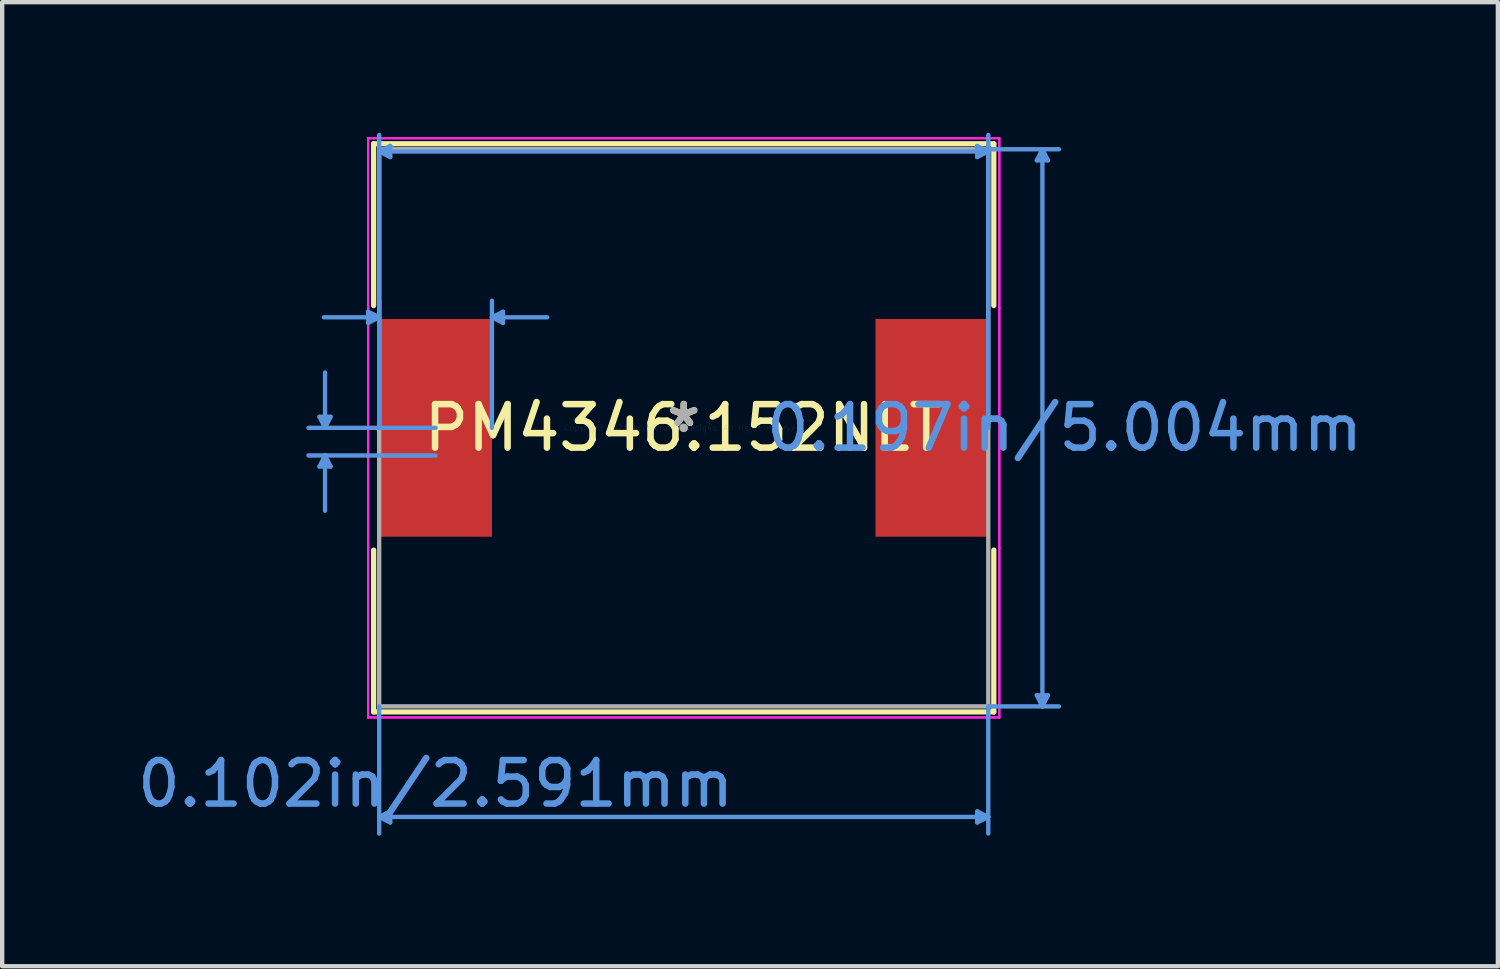
<source format=kicad_pcb>
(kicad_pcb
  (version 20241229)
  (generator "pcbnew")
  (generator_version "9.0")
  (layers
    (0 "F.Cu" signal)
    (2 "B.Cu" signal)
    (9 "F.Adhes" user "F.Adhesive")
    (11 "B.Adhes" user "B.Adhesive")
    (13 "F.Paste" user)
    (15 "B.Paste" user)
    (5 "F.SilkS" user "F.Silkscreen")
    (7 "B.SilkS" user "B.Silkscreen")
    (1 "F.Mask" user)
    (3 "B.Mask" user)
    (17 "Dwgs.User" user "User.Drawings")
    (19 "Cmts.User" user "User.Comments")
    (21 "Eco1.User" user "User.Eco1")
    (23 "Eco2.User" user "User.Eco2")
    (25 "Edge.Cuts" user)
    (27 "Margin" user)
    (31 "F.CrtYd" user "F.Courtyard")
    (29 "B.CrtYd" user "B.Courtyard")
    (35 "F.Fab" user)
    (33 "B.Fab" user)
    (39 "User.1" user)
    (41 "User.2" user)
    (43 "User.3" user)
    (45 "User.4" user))
  (footprint "PM4346.152NLT"
    (layer "F.Cu")
    (at 12.661 6.781)
    (property "Reference" "PM4346.152NLT" (at 0 0 0) (layer "F.SilkS") (effects (font (size 1 1) (thickness 0.15))))
    (attr through_hole)
    (fp_line (start -7.125 -6.528) (end -7.125 -2.809) (stroke (width 0.12) (type solid)) (layer "F.SilkS"))
    (fp_line (start -7.125 2.809) (end -7.125 6.528) (stroke (width 0.12) (type solid)) (layer "F.SilkS"))
    (fp_line (start -7.125 6.528) (end 7.125 6.528) (stroke (width 0.12) (type solid)) (layer "F.SilkS"))
    (fp_line (start 7.125 -6.528) (end -7.125 -6.528) (stroke (width 0.12) (type solid)) (layer "F.SilkS"))
    (fp_line (start 7.125 -2.809) (end 7.125 -6.528) (stroke (width 0.12) (type solid)) (layer "F.SilkS"))
    (fp_line (start 7.125 6.528) (end 7.125 2.809) (stroke (width 0.12) (type solid)) (layer "F.SilkS"))
    (fp_line (start -8.369 -0.254) (end -8.115 -0.254) (stroke (width 0.1) (type solid)) (layer "Cmts.User"))
    (fp_line (start -8.369 0.889) (end -8.115 0.889) (stroke (width 0.1) (type solid)) (layer "Cmts.User"))
    (fp_line (start -8.242 0) (end -8.369 -0.254) (stroke (width 0.1) (type solid)) (layer "Cmts.User"))
    (fp_line (start -8.242 0) (end -8.242 -1.27) (stroke (width 0.1) (type solid)) (layer "Cmts.User"))
    (fp_line (start -8.242 0) (end -8.115 -0.254) (stroke (width 0.1) (type solid)) (layer "Cmts.User"))
    (fp_line (start -8.242 0.635) (end -8.369 0.889) (stroke (width 0.1) (type solid)) (layer "Cmts.User"))
    (fp_line (start -8.242 0.635) (end -8.242 1.905) (stroke (width 0.1) (type solid)) (layer "Cmts.User"))
    (fp_line (start -8.242 0.635) (end -8.115 0.889) (stroke (width 0.1) (type solid)) (layer "Cmts.User"))
    (fp_line (start -7.252 -2.667) (end -7.252 -2.413) (stroke (width 0.1) (type solid)) (layer "Cmts.User"))
    (fp_line (start -6.998 -6.35) (end -6.744 -6.477) (stroke (width 0.1) (type solid)) (layer "Cmts.User"))
    (fp_line (start -6.998 -6.35) (end -6.744 -6.223) (stroke (width 0.1) (type solid)) (layer "Cmts.User"))
    (fp_line (start -6.998 -6.35) (end 6.998 -6.35) (stroke (width 0.1) (type solid)) (layer "Cmts.User"))
    (fp_line (start -6.998 -2.54) (end -8.268 -2.54) (stroke (width 0.1) (type solid)) (layer "Cmts.User"))
    (fp_line (start -6.998 -2.54) (end -7.252 -2.667) (stroke (width 0.1) (type solid)) (layer "Cmts.User"))
    (fp_line (start -6.998 -2.54) (end -7.252 -2.413) (stroke (width 0.1) (type solid)) (layer "Cmts.User"))
    (fp_line (start -6.998 0) (end -6.998 -6.731) (stroke (width 0.1) (type solid)) (layer "Cmts.User"))
    (fp_line (start -6.998 0) (end -6.998 -2.921) (stroke (width 0.1) (type solid)) (layer "Cmts.User"))
    (fp_line (start -6.998 6.401) (end -6.998 9.322) (stroke (width 0.1) (type solid)) (layer "Cmts.User"))
    (fp_line (start -6.998 8.941) (end -6.744 8.814) (stroke (width 0.1) (type solid)) (layer "Cmts.User"))
    (fp_line (start -6.998 8.941) (end -6.744 9.068) (stroke (width 0.1) (type solid)) (layer "Cmts.User"))
    (fp_line (start -6.998 8.941) (end 6.998 8.941) (stroke (width 0.1) (type solid)) (layer "Cmts.User"))
    (fp_line (start -6.744 -6.477) (end -6.744 -6.223) (stroke (width 0.1) (type solid)) (layer "Cmts.User"))
    (fp_line (start -6.744 8.814) (end -6.744 9.068) (stroke (width 0.1) (type solid)) (layer "Cmts.User"))
    (fp_line (start -5.702 0) (end -8.623 0) (stroke (width 0.1) (type solid)) (layer "Cmts.User"))
    (fp_line (start -5.702 0.635) (end -8.623 0.635) (stroke (width 0.1) (type solid)) (layer "Cmts.User"))
    (fp_line (start -4.407 -2.54) (end -4.153 -2.667) (stroke (width 0.1) (type solid)) (layer "Cmts.User"))
    (fp_line (start -4.407 -2.54) (end -4.153 -2.413) (stroke (width 0.1) (type solid)) (layer "Cmts.User"))
    (fp_line (start -4.407 -2.54) (end -3.137 -2.54) (stroke (width 0.1) (type solid)) (layer "Cmts.User"))
    (fp_line (start -4.407 0) (end -4.407 -2.921) (stroke (width 0.1) (type solid)) (layer "Cmts.User"))
    (fp_line (start -4.153 -2.667) (end -4.153 -2.413) (stroke (width 0.1) (type solid)) (layer "Cmts.User"))
    (fp_line (start 6.744 -6.477) (end 6.744 -6.223) (stroke (width 0.1) (type solid)) (layer "Cmts.User"))
    (fp_line (start 6.744 8.814) (end 6.744 9.068) (stroke (width 0.1) (type solid)) (layer "Cmts.User"))
    (fp_line (start 6.998 -6.401) (end 8.623 -6.401) (stroke (width 0.1) (type solid)) (layer "Cmts.User"))
    (fp_line (start 6.998 -6.35) (end 6.744 -6.477) (stroke (width 0.1) (type solid)) (layer "Cmts.User"))
    (fp_line (start 6.998 -6.35) (end 6.744 -6.223) (stroke (width 0.1) (type solid)) (layer "Cmts.User"))
    (fp_line (start 6.998 0) (end 6.998 -6.731) (stroke (width 0.1) (type solid)) (layer "Cmts.User"))
    (fp_line (start 6.998 6.401) (end 6.998 9.322) (stroke (width 0.1) (type solid)) (layer "Cmts.User"))
    (fp_line (start 6.998 6.401) (end 8.623 6.401) (stroke (width 0.1) (type solid)) (layer "Cmts.User"))
    (fp_line (start 6.998 8.941) (end 6.744 8.814) (stroke (width 0.1) (type solid)) (layer "Cmts.User"))
    (fp_line (start 6.998 8.941) (end 6.744 9.068) (stroke (width 0.1) (type solid)) (layer "Cmts.User"))
    (fp_line (start 8.115 -6.147) (end 8.369 -6.147) (stroke (width 0.1) (type solid)) (layer "Cmts.User"))
    (fp_line (start 8.115 6.147) (end 8.369 6.147) (stroke (width 0.1) (type solid)) (layer "Cmts.User"))
    (fp_line (start 8.242 -6.401) (end 8.115 -6.147) (stroke (width 0.1) (type solid)) (layer "Cmts.User"))
    (fp_line (start 8.242 -6.401) (end 8.242 6.401) (stroke (width 0.1) (type solid)) (layer "Cmts.User"))
    (fp_line (start 8.242 -6.401) (end 8.369 -6.147) (stroke (width 0.1) (type solid)) (layer "Cmts.User"))
    (fp_line (start 8.242 6.401) (end 8.115 6.147) (stroke (width 0.1) (type solid)) (layer "Cmts.User"))
    (fp_line (start 8.242 6.401) (end 8.369 6.147) (stroke (width 0.1) (type solid)) (layer "Cmts.User"))
    (fp_line (start -7.252 -6.655) (end 7.252 -6.655) (stroke (width 0.05) (type solid)) (layer "F.CrtYd"))
    (fp_line (start -7.252 -6.655) (end 7.252 -6.655) (stroke (width 0.05) (type solid)) (layer "F.CrtYd"))
    (fp_line (start -7.252 -2.756) (end -7.252 -6.655) (stroke (width 0.05) (type solid)) (layer "F.CrtYd"))
    (fp_line (start -7.252 -2.756) (end -7.252 -6.655) (stroke (width 0.05) (type solid)) (layer "F.CrtYd"))
    (fp_line (start -7.252 -2.756) (end -7.252 -2.756) (stroke (width 0.05) (type solid)) (layer "F.CrtYd"))
    (fp_line (start -7.252 -2.756) (end -7.252 -2.756) (stroke (width 0.05) (type solid)) (layer "F.CrtYd"))
    (fp_line (start -7.252 2.756) (end -7.252 -2.756) (stroke (width 0.05) (type solid)) (layer "F.CrtYd"))
    (fp_line (start -7.252 2.756) (end -7.252 -2.756) (stroke (width 0.05) (type solid)) (layer "F.CrtYd"))
    (fp_line (start -7.252 2.756) (end -7.252 2.756) (stroke (width 0.05) (type solid)) (layer "F.CrtYd"))
    (fp_line (start -7.252 2.756) (end -7.252 2.756) (stroke (width 0.05) (type solid)) (layer "F.CrtYd"))
    (fp_line (start -7.252 6.655) (end -7.252 2.756) (stroke (width 0.05) (type solid)) (layer "F.CrtYd"))
    (fp_line (start -7.252 6.655) (end -7.252 2.756) (stroke (width 0.05) (type solid)) (layer "F.CrtYd"))
    (fp_line (start 7.252 -6.655) (end 7.252 -2.756) (stroke (width 0.05) (type solid)) (layer "F.CrtYd"))
    (fp_line (start 7.252 -6.655) (end 7.252 -2.756) (stroke (width 0.05) (type solid)) (layer "F.CrtYd"))
    (fp_line (start 7.252 -2.756) (end 7.252 -2.756) (stroke (width 0.05) (type solid)) (layer "F.CrtYd"))
    (fp_line (start 7.252 -2.756) (end 7.252 -2.756) (stroke (width 0.05) (type solid)) (layer "F.CrtYd"))
    (fp_line (start 7.252 -2.756) (end 7.252 2.756) (stroke (width 0.05) (type solid)) (layer "F.CrtYd"))
    (fp_line (start 7.252 -2.756) (end 7.252 2.756) (stroke (width 0.05) (type solid)) (layer "F.CrtYd"))
    (fp_line (start 7.252 2.756) (end 7.252 2.756) (stroke (width 0.05) (type solid)) (layer "F.CrtYd"))
    (fp_line (start 7.252 2.756) (end 7.252 2.756) (stroke (width 0.05) (type solid)) (layer "F.CrtYd"))
    (fp_line (start 7.252 2.756) (end 7.252 6.655) (stroke (width 0.05) (type solid)) (layer "F.CrtYd"))
    (fp_line (start 7.252 2.756) (end 7.252 6.655) (stroke (width 0.05) (type solid)) (layer "F.CrtYd"))
    (fp_line (start 7.252 6.655) (end -7.252 6.655) (stroke (width 0.05) (type solid)) (layer "F.CrtYd"))
    (fp_line (start 7.252 6.655) (end -7.252 6.655) (stroke (width 0.05) (type solid)) (layer "F.CrtYd"))
    (fp_line (start -6.998 -6.401) (end -6.998 6.401) (stroke (width 0.1) (type solid)) (layer "F.Fab"))
    (fp_line (start -6.998 6.401) (end 6.998 6.401) (stroke (width 0.1) (type solid)) (layer "F.Fab"))
    (fp_line (start 6.998 -6.401) (end -6.998 -6.401) (stroke (width 0.1) (type solid)) (layer "F.Fab"))
    (fp_line (start 6.998 6.401) (end 6.998 -6.401) (stroke (width 0.1) (type solid)) (layer "F.Fab"))
    (fp_circle (center 0 0) (end 0 0) (stroke (width 0.1) (type solid)) (fill no) (layer "F.Fab"))
    (fp_text user "*" (at 0 0 0) (layer "F.SilkS") (effects (font (size 1 1) (thickness 0.15))))
    (fp_text user "0.102in/2.591mm" (at -5.702 8.179 0) (layer "Cmts.User") (effects (font (size 1 1) (thickness 0.15))))
    (fp_text user "0.197in/5.004mm" (at 8.75 0 0) (layer "Cmts.User") (effects (font (size 1 1) (thickness 0.15))))
    (fp_text user "Copyright 2021 Accelerated Designs. All rights reserved." (at 0 0 0) (layer "Cmts.User") (effects (font (size 0.127 0.127) (thickness 0.002))))
    (fp_text user "*" (at 0 0 0) (layer "F.Fab") (effects (font (size 1 1) (thickness 0.15))))
    (pad "1" smd rect (at -5.702 0) (size 2.591 5.004) (layers "F.Cu" "F.Mask" "F.Paste"))
    (pad "2" smd rect (at 5.702 0) (size 2.591 5.004) (layers "F.Cu" "F.Mask" "F.Paste")))
  (gr_rect
    (start -3 -3)
    (end 31.369 19.153)
    (stroke (width 0.1) (type default))
    (fill no)
    (layer "Edge.Cuts")))
</source>
